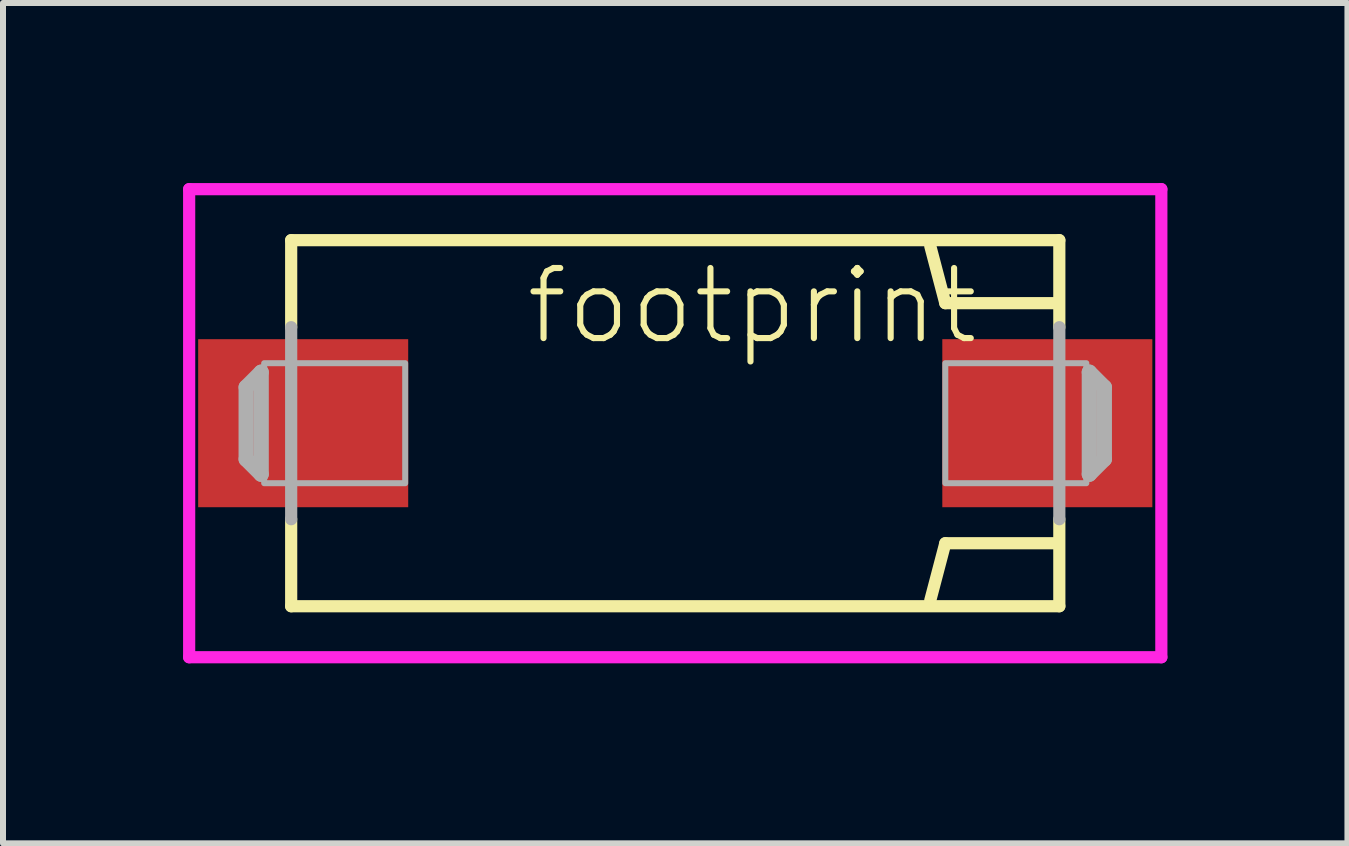
<source format=kicad_pcb>
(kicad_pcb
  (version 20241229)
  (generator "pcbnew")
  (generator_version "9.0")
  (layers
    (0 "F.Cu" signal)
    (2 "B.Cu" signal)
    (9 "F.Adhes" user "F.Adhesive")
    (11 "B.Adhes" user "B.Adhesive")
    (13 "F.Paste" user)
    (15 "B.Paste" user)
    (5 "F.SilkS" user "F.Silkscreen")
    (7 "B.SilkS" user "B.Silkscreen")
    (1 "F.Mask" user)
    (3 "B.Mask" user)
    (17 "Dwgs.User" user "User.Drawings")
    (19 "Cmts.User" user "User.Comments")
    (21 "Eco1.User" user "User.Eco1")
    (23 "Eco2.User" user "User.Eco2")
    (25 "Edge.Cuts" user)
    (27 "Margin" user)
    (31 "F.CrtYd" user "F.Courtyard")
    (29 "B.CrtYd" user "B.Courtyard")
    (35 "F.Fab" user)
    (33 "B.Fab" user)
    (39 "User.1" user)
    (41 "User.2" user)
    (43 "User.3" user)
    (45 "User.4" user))
  (footprint "footprint"
    (layer "F.Cu")
    (at 8.202 4.002)
    (property "Reference" "footprint" (at -2.54 -1.27 0) (layer "F.SilkS") (effects (font (size 1.168 1.168) (thickness 0.102)) (justify left bottom)))
    (fp_line (start -6.4 -3.05) (end 6.4 -3.05) (stroke (width 0.203) (type solid)) (layer "F.SilkS"))
    (fp_line (start -6.4 -1.6) (end -6.4 -3.05) (stroke (width 0.203) (type solid)) (layer "F.SilkS"))
    (fp_line (start -6.4 3.05) (end -6.4 1.6) (stroke (width 0.203) (type solid)) (layer "F.SilkS"))
    (fp_line (start 4.5 -2) (end 4.25 -2.95) (stroke (width 0.203) (type solid)) (layer "F.SilkS"))
    (fp_line (start 4.5 2) (end 4.25 2.95) (stroke (width 0.203) (type solid)) (layer "F.SilkS"))
    (fp_line (start 6.35 -2) (end 4.5 -2) (stroke (width 0.203) (type solid)) (layer "F.SilkS"))
    (fp_line (start 6.35 2) (end 4.5 2) (stroke (width 0.203) (type solid)) (layer "F.SilkS"))
    (fp_line (start 6.4 -3.05) (end 6.4 -1.6) (stroke (width 0.203) (type solid)) (layer "F.SilkS"))
    (fp_line (start 6.4 1.6) (end 6.4 3.05) (stroke (width 0.203) (type solid)) (layer "F.SilkS"))
    (fp_line (start 6.4 3.05) (end -6.4 3.05) (stroke (width 0.203) (type solid)) (layer "F.SilkS"))
    (fp_line (start -8.1 -3.9) (end -8.1 3.9) (stroke (width 0.203) (type solid)) (layer "F.CrtYd"))
    (fp_line (start -8.1 3.9) (end 8.1 3.9) (stroke (width 0.203) (type solid)) (layer "F.CrtYd"))
    (fp_line (start 8.1 -3.9) (end -8.1 -3.9) (stroke (width 0.203) (type solid)) (layer "F.CrtYd"))
    (fp_line (start 8.1 3.9) (end 8.1 -3.9) (stroke (width 0.203) (type solid)) (layer "F.CrtYd"))
    (fp_line (start -7.15 -0.6) (end -6.9 -0.85) (stroke (width 0.254) (type solid)) (layer "F.Fab"))
    (fp_line (start -7.15 0.6) (end -7.15 -0.6) (stroke (width 0.254) (type solid)) (layer "F.Fab"))
    (fp_line (start -6.9 -0.85) (end -6.9 0.85) (stroke (width 0.254) (type solid)) (layer "F.Fab"))
    (fp_line (start -6.9 0.85) (end -7.15 0.6) (stroke (width 0.254) (type solid)) (layer "F.Fab"))
    (fp_line (start -6.4 1.6) (end -6.4 -1.6) (stroke (width 0.203) (type solid)) (layer "F.Fab"))
    (fp_line (start 6.4 -1.6) (end 6.4 1.6) (stroke (width 0.203) (type solid)) (layer "F.Fab"))
    (fp_line (start 6.9 -0.85) (end 7.15 -0.6) (stroke (width 0.254) (type solid)) (layer "F.Fab"))
    (fp_line (start 6.9 0.85) (end 6.9 -0.85) (stroke (width 0.254) (type solid)) (layer "F.Fab"))
    (fp_line (start 7.15 -0.6) (end 7.15 0.6) (stroke (width 0.254) (type solid)) (layer "F.Fab"))
    (fp_line (start 7.15 0.6) (end 6.9 0.85) (stroke (width 0.254) (type solid)) (layer "F.Fab"))
    (fp_poly (pts (xy -6.85 1) (xy -4.5 1) (xy -4.5 -1) (xy -6.85 -1)) (stroke (width 0.1) (type solid)) (fill no) (layer "F.Fab"))
    (fp_poly (pts (xy 4.5 1) (xy 6.85 1) (xy 6.85 -1) (xy 4.5 -1)) (stroke (width 0.1) (type solid)) (fill no) (layer "F.Fab"))
    (pad "+" smd rect (at 6.2 0) (size 3.5 2.8) (layers "F.Cu" "F.Mask" "F.Paste"))
    (pad "-" smd rect (at -6.2 0) (size 3.5 2.8) (layers "F.Cu" "F.Mask" "F.Paste")))
  (gr_rect
    (start -3 -3)
    (end 19.403 11.003)
    (stroke (width 0.1) (type default))
    (fill no)
    (layer "Edge.Cuts")))
</source>
